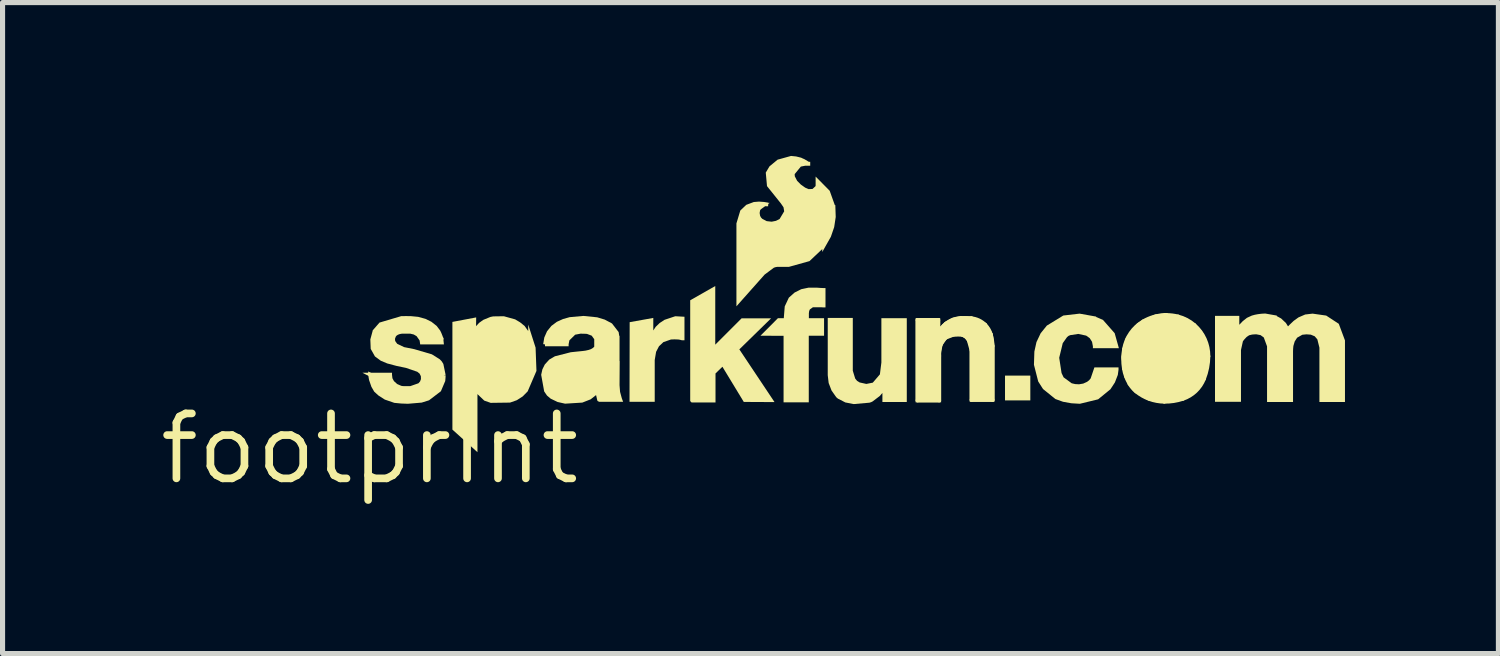
<source format=kicad_pcb>
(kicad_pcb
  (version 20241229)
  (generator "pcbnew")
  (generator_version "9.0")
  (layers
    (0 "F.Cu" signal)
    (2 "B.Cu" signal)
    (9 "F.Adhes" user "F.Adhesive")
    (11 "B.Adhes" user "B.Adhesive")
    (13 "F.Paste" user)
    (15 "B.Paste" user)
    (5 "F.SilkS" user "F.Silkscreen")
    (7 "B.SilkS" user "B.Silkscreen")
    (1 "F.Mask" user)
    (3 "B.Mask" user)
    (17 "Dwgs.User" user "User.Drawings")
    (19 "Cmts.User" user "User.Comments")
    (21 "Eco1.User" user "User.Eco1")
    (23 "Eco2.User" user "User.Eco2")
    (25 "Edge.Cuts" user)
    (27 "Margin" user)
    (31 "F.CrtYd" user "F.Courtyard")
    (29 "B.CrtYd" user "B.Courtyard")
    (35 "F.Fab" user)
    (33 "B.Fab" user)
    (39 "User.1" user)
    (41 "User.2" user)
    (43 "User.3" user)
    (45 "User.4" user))
  (footprint "footprint"
    (layer "F.Cu")
    (at 4.18 5.726)
    (property "Reference" "footprint" (at 0 0 0) (layer "F.SilkS") (effects (font (size 1.27 1.27) (thickness 0.15))))
    (fp_line (start 10.716 -2.517) (end 11.12 -2.517) (stroke (width 0.076) (type solid)) (layer "F.SilkS"))
    (fp_line (start 10.716 -0.945) (end 10.716 -2.517) (stroke (width 0.076) (type solid)) (layer "F.SilkS"))
    (fp_line (start 11.12 -2.517) (end 11.12 -2.296) (stroke (width 0.076) (type solid)) (layer "F.SilkS"))
    (fp_line (start 11.12 -2.296) (end 11.128 -2.296) (stroke (width 0.076) (type solid)) (layer "F.SilkS"))
    (fp_line (start 11.138 -1.814) (end 11.138 -0.945) (stroke (width 0.076) (type solid)) (layer "F.SilkS"))
    (fp_line (start 11.138 -0.945) (end 10.716 -0.945) (stroke (width 0.076) (type solid)) (layer "F.SilkS"))
    (fp_line (start 11.773 -0.955) (end 11.773 -1.92) (stroke (width 0.076) (type solid)) (layer "F.SilkS"))
    (fp_line (start 12.182 -2.009) (end 12.182 -0.955) (stroke (width 0.076) (type solid)) (layer "F.SilkS"))
    (fp_line (start 12.182 -0.955) (end 11.773 -0.955) (stroke (width 0.076) (type solid)) (layer "F.SilkS"))
    (fp_line (start 15.55 -2.614) (end 15.55 -2.291) (stroke (width 0.076) (type solid)) (layer "F.SilkS"))
    (fp_line (start 15.55 -2.291) (end 15.527 -2.291) (stroke (width 0.076) (type solid)) (layer "F.SilkS"))
    (fp_line (start 15.57 -2.614) (end 15.585 -2.614) (stroke (width 0.076) (type solid)) (layer "F.SilkS"))
    (fp_line (start 15.57 -2.296) (end 15.57 -2.614) (stroke (width 0.076) (type solid)) (layer "F.SilkS"))
    (fp_arc (start 11.1379 -1.8821) (mid 11.146106 -1.962214) (end 11.1684 -2.0396) (stroke (width 0.0762) (type solid)) (layer "F.SilkS"))
    (fp_arc (start 11.1379 -1.8136) (mid 11.137681 -1.84785) (end 11.1379 -1.8821) (stroke (width 0.0762) (type solid)) (layer "F.SilkS"))
    (fp_arc (start 11.1455 -2.3038) (mid 11.137379 -2.298176) (end 11.1277 -2.2962) (stroke (width 0.0762) (type solid)) (layer "F.SilkS"))
    (fp_arc (start 11.1582 -2.319) (mid 11.152103 -2.311188) (end 11.1455 -2.3038) (stroke (width 0.0762) (type solid)) (layer "F.SilkS"))
    (fp_arc (start 11.1582 -2.319) (mid 11.172158 -2.338081) (end 11.1862 -2.3571) (stroke (width 0.0762) (type solid)) (layer "F.SilkS"))
    (fp_arc (start 11.1684 -2.0396) (mid 11.206138 -2.110015) (end 11.2598 -2.1692) (stroke (width 0.0762) (type solid)) (layer "F.SilkS"))
    (fp_arc (start 11.1862 -2.3571) (mid 11.2264 -2.404414) (end 11.2725 -2.446) (stroke (width 0.0762) (type solid)) (layer "F.SilkS"))
    (fp_arc (start 11.259799 -2.1692) (mid 11.334441 -2.214452) (end 11.4198 -2.2327) (stroke (width 0.0762) (type solid)) (layer "F.SilkS"))
    (fp_arc (start 11.2725 -2.446) (mid 11.411238 -2.52384) (end 11.5672 -2.5552) (stroke (width 0.0762) (type solid)) (layer "F.SilkS"))
    (fp_arc (start 11.5316 -2.2377) (mid 11.475702 -2.235165) (end 11.4198 -2.2327) (stroke (width 0.0762) (type solid)) (layer "F.SilkS"))
    (fp_arc (start 11.5316 -2.2377) (mid 11.565101 -2.235924) (end 11.5976 -2.2276) (stroke (width 0.0762) (type solid)) (layer "F.SilkS"))
    (fp_arc (start 11.5672 -2.5552) (mid 11.667584 -2.556058) (end 11.7678 -2.5502) (stroke (width 0.0762) (type solid)) (layer "F.SilkS"))
    (fp_arc (start 11.5976 -2.2276) (mid 11.664346 -2.1894) (end 11.7145 -2.1311) (stroke (width 0.0762) (type solid)) (layer "F.SilkS"))
    (fp_arc (start 11.7145 -2.1311) (mid 11.758038 -2.02962) (end 11.7729 -1.9202) (stroke (width 0.0762) (type solid)) (layer "F.SilkS"))
    (fp_arc (start 11.7678 -2.5502) (mid 11.911985 -2.511161) (end 12.0345 -2.425699) (stroke (width 0.0762) (type solid)) (layer "F.SilkS"))
    (fp_arc (start 12.0345 -2.4257) (mid 12.104013 -2.336521) (end 12.1488 -2.232699) (stroke (width 0.0762) (type solid)) (layer "F.SilkS"))
    (fp_arc (start 12.1488 -2.2327) (mid 12.172766 -2.122002) (end 12.1818 -2.0091) (stroke (width 0.0762) (type solid)) (layer "F.SilkS"))
    (fp_arc (start 14.7523 -1.5672) (mid 14.737287 -1.759061) (end 14.7549 -1.9507) (stroke (width 0.0762) (type solid)) (layer "F.SilkS"))
    (fp_arc (start 14.7549 -1.9507) (mid 14.882786 -2.260687) (end 15.128201 -2.4892) (stroke (width 0.0762) (type solid)) (layer "F.SilkS"))
    (fp_arc (start 14.8615 -1.27) (mid 14.792796 -1.413418) (end 14.7523 -1.5672) (stroke (width 0.0762) (type solid)) (layer "F.SilkS"))
    (fp_arc (start 14.9911 -1.1201) (mid 14.919858 -1.189481) (end 14.8615 -1.27) (stroke (width 0.0762) (type solid)) (layer "F.SilkS"))
    (fp_arc (start 15.1282 -2.4892) (mid 15.331296 -2.577713) (end 15.5499 -2.6137) (stroke (width 0.0762) (type solid)) (layer "F.SilkS"))
    (fp_arc (start 15.168899 -1.8847) (mid 15.20247 -2.035022) (end 15.2781 -2.1692) (stroke (width 0.0762) (type solid)) (layer "F.SilkS"))
    (fp_arc (start 15.1714 -1.6383) (mid 15.165026 -1.761448) (end 15.1689 -1.8847) (stroke (width 0.0762) (type solid)) (layer "F.SilkS"))
    (fp_arc (start 15.24 -1.4097) (mid 15.194331 -1.520588) (end 15.1714 -1.6383) (stroke (width 0.0762) (type solid)) (layer "F.SilkS"))
    (fp_arc (start 15.278099 -2.1692) (mid 15.388433 -2.258974) (end 15.527 -2.2911) (stroke (width 0.0762) (type solid)) (layer "F.SilkS"))
    (fp_arc (start 15.428 -1.2522) (mid 15.31871 -1.312699) (end 15.24 -1.4097) (stroke (width 0.0762) (type solid)) (layer "F.SilkS"))
    (fp_arc (start 15.5423 -0.9195) (mid 15.249615 -0.972854) (end 14.9911 -1.1201) (stroke (width 0.0762) (type solid)) (layer "F.SilkS"))
    (fp_arc (start 15.5702 -2.2962) (mid 15.650001 -2.290017) (end 15.7277 -2.2708) (stroke (width 0.0762) (type solid)) (layer "F.SilkS"))
    (fp_arc (start 15.5854 -2.6137) (mid 15.698073 -2.606673) (end 15.809 -2.5857) (stroke (width 0.0762) (type solid)) (layer "F.SilkS"))
    (fp_arc (start 15.7277 -2.2708) (mid 15.783745 -2.244042) (end 15.8318 -2.2047) (stroke (width 0.0762) (type solid)) (layer "F.SilkS"))
    (fp_arc (start 15.7632 -1.2725) (mid 15.597525 -1.230563) (end 15.428 -1.2522) (stroke (width 0.0762) (type solid)) (layer "F.SilkS"))
    (fp_arc (start 15.809 -2.5857) (mid 15.978822 -2.520652) (end 16.129 -2.4181) (stroke (width 0.0762) (type solid)) (layer "F.SilkS"))
    (fp_arc (start 15.8318 -2.2047) (mid 15.910982 -2.096372) (end 15.9588 -1.971) (stroke (width 0.0762) (type solid)) (layer "F.SilkS"))
    (fp_arc (start 15.9029 -0.9754) (mid 15.724919 -0.932492) (end 15.5423 -0.9195) (stroke (width 0.0762) (type solid)) (layer "F.SilkS"))
    (fp_arc (start 15.908 -1.4097) (mid 15.846801 -1.329279) (end 15.7632 -1.2725) (stroke (width 0.0762) (type solid)) (layer "F.SilkS"))
    (fp_arc (start 15.9588 -1.971) (mid 15.980368 -1.846143) (end 15.9868 -1.7196) (stroke (width 0.0762) (type solid)) (layer "F.SilkS"))
    (fp_arc (start 15.9868 -1.7196) (mid 15.966058 -1.559906) (end 15.908 -1.4097) (stroke (width 0.0762) (type solid)) (layer "F.SilkS"))
    (fp_arc (start 16.129 -2.4181) (mid 16.333054 -2.143404) (end 16.4033 -1.808499) (stroke (width 0.0762) (type solid)) (layer "F.SilkS"))
    (fp_arc (start 16.317 -1.3665) (mid 16.153433 -1.12491) (end 15.9029 -0.9754) (stroke (width 0.0762) (type solid)) (layer "F.SilkS"))
    (fp_arc (start 16.4033 -1.8085) (mid 16.380488 -1.583529) (end 16.317 -1.3665) (stroke (width 0.0762) (type solid)) (layer "F.SilkS"))
    (fp_poly (pts (xy 12.426 -0.945) (xy 12.921 -0.945) (xy 12.921 -1.43) (xy 12.426 -1.43)) (stroke (width 0) (type solid)) (fill yes) (layer "F.SilkS"))
    (fp_poly (pts (xy 6.759 -2.035) (xy 7.274 -2.55) (xy 7.851 -2.55) (xy 7.23 -1.943) (xy 7.918 -0.912) (xy 7.317 -0.915) (xy 6.899 -1.603) (xy 6.764 -1.472) (xy 6.764 -0.904) (xy 6.296 -0.904) (xy 6.269 -0.932) (xy 6.269 -2.903) (xy 6.759 -3.182)) (stroke (width 0) (type solid)) (fill yes) (layer "F.SilkS"))
    (fp_poly (pts (xy 6.157 -2.581) (xy 6.157 -2.121) (xy 6.115 -2.121) (xy 6.102 -2.122) (xy 6.091 -2.125) (xy 6.063 -2.132) (xy 6.037 -2.136) (xy 5.963 -2.139) (xy 5.892 -2.136) (xy 5.745 -2.085) (xy 5.658 -2.003) (xy 5.602 -1.895) (xy 5.575 -1.734) (xy 5.575 -0.917) (xy 5.082 -0.917) (xy 5.085 -2.475) (xy 5.547 -2.558) (xy 5.547 -2.313) (xy 5.558 -2.329) (xy 5.594 -2.384) (xy 5.671 -2.458) (xy 5.767 -2.521) (xy 5.977 -2.591)) (stroke (width 0) (type solid)) (fill yes) (layer "F.SilkS"))
    (fp_poly (pts (xy 15.795 -2.615) (xy 15.966 -2.557) (xy 16.173 -2.414) (xy 16.289 -2.279) (xy 16.397 -2.035) (xy 16.426 -1.806) (xy 16.4 -1.588) (xy 16.329 -1.333) (xy 16.243 -1.195) (xy 16.118 -1.075) (xy 15.999 -0.992) (xy 15.804 -0.925) (xy 15.544 -0.899) (xy 15.232 -0.941) (xy 14.933 -1.128) (xy 14.764 -1.391) (xy 14.701 -1.795) (xy 14.786 -2.166) (xy 15.01 -2.451) (xy 15.361 -2.625) (xy 15.517 -2.644) (xy 15.532 -2.644) (xy 15.548 -2.638) (xy 15.548 -2.647)) (stroke (width 0) (type solid)) (fill yes) (layer "F.SilkS"))
    (fp_poly (pts (xy 2.845 -2.53) (xy 2.942 -2.472) (xy 3.03 -2.401) (xy 3.101 -2.301) (xy 3.101 -2.427) (xy 3.245 -1.977) (xy 3.262 -1.522) (xy 3.09 -1.121) (xy 2.992 -1.022) (xy 2.876 -0.948) (xy 2.745 -0.902) (xy 2.373 -0.897) (xy 2.366 -0.897) (xy 2.241 -0.941) (xy 2.108 -1.068) (xy 2.108 0.068) (xy 1.618 -0.374) (xy 1.618 -2.48) (xy 2.083 -2.568) (xy 2.081 -2.397) (xy 2.141 -2.462) (xy 2.222 -2.52) (xy 2.361 -2.577) (xy 2.416 -2.588) (xy 2.624 -2.591)) (stroke (width 0) (type solid)) (fill yes) (layer "F.SilkS"))
    (fp_poly (pts (xy 11.777 -2.588) (xy 12.061 -2.455) (xy 12.185 -2.246) (xy 12.22 -2.012) (xy 12.22 -0.917) (xy 11.735 -0.917) (xy 11.735 -1.915) (xy 11.68 -2.113) (xy 11.64 -2.16) (xy 11.585 -2.191) (xy 11.53 -2.199) (xy 11.477 -2.197) (xy 11.428 -2.195) (xy 11.284 -2.138) (xy 11.204 -2.024) (xy 11.176 -1.878) (xy 11.176 -0.907) (xy 10.678 -0.907) (xy 10.678 -2.555) (xy 11.158 -2.555) (xy 11.158 -2.383) (xy 11.199 -2.431) (xy 11.25 -2.477) (xy 11.398 -2.56) (xy 11.564 -2.593)) (stroke (width 0) (type solid)) (fill yes) (layer "F.SilkS"))
    (fp_poly (pts (xy 8.811 -3.145) (xy 8.876 -3.142) (xy 8.915 -3.142) (xy 8.915 -2.764) (xy 8.868 -2.764) (xy 8.84 -2.766) (xy 8.668 -2.766) (xy 8.609 -2.724) (xy 8.596 -2.693) (xy 8.59 -2.652) (xy 8.59 -2.553) (xy 8.887 -2.553) (xy 8.887 -2.21) (xy 8.588 -2.21) (xy 8.588 -0.907) (xy 8.095 -0.907) (xy 8.095 -2.208) (xy 7.643 -2.21) (xy 7.985 -2.553) (xy 8.1 -2.553) (xy 8.1 -2.562) (xy 8.118 -2.784) (xy 8.198 -2.954) (xy 8.31 -3.054) (xy 8.441 -3.12) (xy 8.584 -3.15) (xy 8.744 -3.15)) (stroke (width 0) (type solid)) (fill yes) (layer "F.SilkS"))
    (fp_poly (pts (xy 9.449 -1.525) (xy 9.496 -1.372) (xy 9.533 -1.327) (xy 9.583 -1.296) (xy 9.714 -1.267) (xy 9.84 -1.292) (xy 9.979 -1.454) (xy 10.008 -1.686) (xy 10.008 -2.553) (xy 10.505 -2.553) (xy 10.505 -0.914) (xy 10.028 -0.914) (xy 10.028 -1.091) (xy 9.979 -1.033) (xy 9.837 -0.925) (xy 9.807 -0.91) (xy 9.774 -0.9) (xy 9.467 -0.873) (xy 9.303 -0.905) (xy 9.168 -0.975) (xy 9.164 -0.975) (xy 9.138 -0.996) (xy 9.122 -1.012) (xy 9.033 -1.139) (xy 8.977 -1.285) (xy 8.959 -1.438) (xy 8.959 -2.558) (xy 9.449 -2.558)) (stroke (width 0) (type solid)) (fill yes) (layer "F.SilkS"))
    (fp_poly (pts (xy 1.212 -2.313) (xy 1.438 -2.171) (xy 1.452 -2.04) (xy 0.988 -2.04) (xy 0.977 -2.117) (xy 0.918 -2.201) (xy 0.862 -2.234) (xy 0.795 -2.25) (xy 0.631 -2.25) (xy 0.591 -2.243) (xy 0.553 -2.229) (xy 0.528 -2.213) (xy 0.511 -2.193) (xy 0.495 -2.149) (xy 0.499 -2.107) (xy 0.538 -2.052) (xy 0.673 -1.987) (xy 0.873 -1.947) (xy 1.217 -1.846) (xy 1.371 -1.749) (xy 1.41 -1.708) (xy 1.441 -1.658) (xy 1.485 -1.445) (xy 1.448 -1.438) (xy 1.486 -1.436) (xy 1.483 -1.383) (xy 1.478 -1.324) (xy 1.393 -1.124) (xy 1.161 -0.947) (xy 1.018 -0.902) (xy 0.748 -0.879) (xy 0.616 -0.884) (xy 0.482 -0.897) (xy 0.296 -0.961) (xy 0.17 -1.042) (xy 0.089 -1.116) (xy 0.034 -1.211) (xy -0.012 -1.344) (xy -0.023 -1.408) (xy -0.03 -1.511) (xy 0.741 -1.13) (xy 1.101 -1.211) (xy 1.193 -1.486) (xy 0.796 -1.702) (xy 0.341 -1.973) (xy 0.279 -2.329) (xy 0.742 -2.45)) (stroke (width 0) (type solid)) (fill yes) (layer "F.SilkS"))
    (fp_poly (pts (xy 0.805 -2.593) (xy 0.949 -2.579) (xy 1.091 -2.54) (xy 1.207 -2.483) (xy 1.31 -2.402) (xy 1.379 -2.311) (xy 1.4 -2.268) (xy 1.417 -2.226) (xy 1.448 -2.143) (xy 1.354 -2.074) (xy 1.141 -2.231) (xy 0.736 -2.36) (xy 0.401 -2.259) (xy 0.441 -2.036) (xy 1.261 -1.559) (xy 1.291 -1.499) (xy 1.167 -1.131) (xy 0.721 -1.032) (xy -0.141 -1.486) (xy 0.437 -1.486) (xy 0.437 -1.445) (xy 0.445 -1.378) (xy 0.475 -1.322) (xy 0.538 -1.265) (xy 0.618 -1.23) (xy 0.641 -1.226) (xy 0.667 -1.224) (xy 0.733 -1.224) (xy 0.794 -1.224) (xy 0.954 -1.28) (xy 0.986 -1.316) (xy 1.003 -1.362) (xy 1.001 -1.419) (xy 0.976 -1.469) (xy 0.931 -1.505) (xy 0.709 -1.581) (xy 0.527 -1.619) (xy 0.343 -1.668) (xy 0.217 -1.721) (xy 0.103 -1.805) (xy 0.02 -1.953) (xy 0.02 -1.963) (xy 0.013 -2.138) (xy 0.058 -2.304) (xy 0.058 -2.313) (xy 0.192 -2.467) (xy 0.617 -2.593) (xy 0.712 -2.594)) (stroke (width 0) (type solid)) (fill yes) (layer "F.SilkS"))
    (fp_poly (pts (xy 14.209 -2.584) (xy 14.208 -2.577) (xy 14.343 -2.518) (xy 14.571 -2.259) (xy 14.653 -1.966) (xy 14.159 -1.966) (xy 14.153 -1.965) (xy 14.152 -1.966) (xy 14.145 -1.966) (xy 14.145 -2.003) (xy 14.128 -2.091) (xy 14.082 -2.163) (xy 14.013 -2.212) (xy 13.86 -2.245) (xy 13.701 -2.221) (xy 13.667 -2.206) (xy 13.638 -2.181) (xy 13.555 -2.064) (xy 13.486 -1.779) (xy 13.532 -1.48) (xy 13.572 -1.396) (xy 13.73 -1.28) (xy 13.799 -1.264) (xy 13.874 -1.26) (xy 13.956 -1.274) (xy 14.031 -1.308) (xy 14.071 -1.339) (xy 14.101 -1.375) (xy 14.174 -1.59) (xy 14.646 -1.59) (xy 14.646 -1.544) (xy 14.632 -1.443) (xy 14.575 -1.296) (xy 14.488 -1.163) (xy 14.247 -0.966) (xy 13.89 -0.879) (xy 13.723 -0.889) (xy 13.561 -0.918) (xy 13.411 -0.972) (xy 13.169 -1.168) (xy 13.075 -1.316) (xy 12.992 -1.642) (xy 13 -1.895) (xy 13 -1.899) (xy 13.041 -2.085) (xy 13.123 -2.258) (xy 13.244 -2.408) (xy 13.566 -2.605) (xy 13.885 -2.642)) (stroke (width 0) (type solid)) (fill yes) (layer "F.SilkS"))
    (fp_poly (pts (xy 17.742 -2.604) (xy 17.741 -2.594) (xy 17.827 -2.547) (xy 17.92 -2.459) (xy 17.961 -2.393) (xy 17.989 -2.422) (xy 18.071 -2.5) (xy 18.165 -2.568) (xy 18.297 -2.625) (xy 18.441 -2.642) (xy 18.708 -2.604) (xy 18.954 -2.443) (xy 19.075 -2.118) (xy 19.075 -0.914) (xy 18.575 -0.914) (xy 18.575 -1.977) (xy 18.535 -2.138) (xy 18.483 -2.199) (xy 18.406 -2.231) (xy 18.323 -2.237) (xy 18.241 -2.229) (xy 18.139 -2.171) (xy 18.092 -2.098) (xy 18.066 -2.01) (xy 18.061 -1.958) (xy 18.059 -1.904) (xy 18.059 -0.914) (xy 17.551 -0.914) (xy 17.551 -2.002) (xy 17.487 -2.176) (xy 17.423 -2.222) (xy 17.338 -2.238) (xy 17.3 -2.236) (xy 17.26 -2.233) (xy 17.201 -2.219) (xy 17.152 -2.186) (xy 17.112 -2.144) (xy 17.079 -2.102) (xy 17.041 -1.931) (xy 17.041 -0.917) (xy 16.533 -0.917) (xy 16.533 -2.598) (xy 17.008 -2.598) (xy 17.008 -2.424) (xy 17.076 -2.495) (xy 17.158 -2.56) (xy 17.254 -2.604) (xy 17.312 -2.62) (xy 17.37 -2.631) (xy 17.441 -2.64) (xy 17.515 -2.644)) (stroke (width 0) (type solid)) (fill yes) (layer "F.SilkS"))
    (fp_poly (pts (xy 4.45 -2.57) (xy 4.598 -2.525) (xy 4.739 -2.45) (xy 4.869 -2.282) (xy 4.881 -2.207) (xy 4.887 -2.207) (xy 4.887 -1.714) (xy 4.89 -1.714) (xy 4.887 -1.243) (xy 4.897 -1.113) (xy 4.931 -0.987) (xy 4.957 -0.917) (xy 4.489 -0.917) (xy 4.456 -0.934) (xy 4.447 -0.964) (xy 4.444 -0.979) (xy 4.428 -1.049) (xy 4.322 -0.966) (xy 4.159 -0.902) (xy 3.822 -0.881) (xy 3.675 -0.914) (xy 3.54 -0.979) (xy 3.468 -1.04) (xy 3.413 -1.121) (xy 3.355 -1.442) (xy 3.355 -1.449) (xy 3.378 -1.552) (xy 3.425 -1.647) (xy 3.512 -1.743) (xy 3.623 -1.808) (xy 3.933 -1.887) (xy 4.046 -1.899) (xy 4.156 -1.91) (xy 4.22 -1.918) (xy 4.282 -1.932) (xy 4.326 -1.947) (xy 4.364 -1.969) (xy 4.388 -1.991) (xy 4.391 -1.995) (xy 4.392 -1.997) (xy 4.392 -2.142) (xy 4.342 -2.211) (xy 4.249 -2.246) (xy 4.187 -2.249) (xy 4.123 -2.25) (xy 4.019 -2.23) (xy 3.906 -2.119) (xy 3.891 -2.043) (xy 3.891 -2.004) (xy 3.429 -2.004) (xy 3.429 -2.04) (xy 3.394 -2.046) (xy 3.415 -2.174) (xy 3.469 -2.297) (xy 3.554 -2.402) (xy 3.661 -2.482) (xy 3.783 -2.537) (xy 3.912 -2.573) (xy 4.181 -2.597)) (stroke (width 0) (type solid)) (fill yes) (layer "F.SilkS"))
    (fp_poly (pts (xy 8.341 -5.716) (xy 8.434 -5.693) (xy 8.45 -5.687) (xy 8.463 -5.68) (xy 8.478 -5.673) (xy 8.497 -5.666) (xy 8.59 -5.611) (xy 8.616 -5.611) (xy 8.616 -5.535) (xy 8.52 -5.535) (xy 8.433 -5.518) (xy 8.312 -5.37) (xy 8.315 -5.327) (xy 8.36 -5.24) (xy 8.432 -5.167) (xy 8.518 -5.106) (xy 8.585 -5.077) (xy 8.657 -5.08) (xy 8.661 -5.081) (xy 8.663 -5.082) (xy 8.719 -5.134) (xy 8.722 -5.146) (xy 8.722 -5.323) (xy 8.997 -5.045) (xy 9.097 -4.765) (xy 9.107 -4.766) (xy 9.115 -4.532) (xy 9.085 -4.334) (xy 9.02 -4.145) (xy 8.852 -3.848) (xy 8.852 -3.905) (xy 8.602 -3.669) (xy 8.197 -3.556) (xy 7.966 -3.556) (xy 7.934 -3.55) (xy 7.905 -3.54) (xy 7.725 -3.406) (xy 7.173 -2.785) (xy 7.173 -4.407) (xy 7.249 -4.659) (xy 7.366 -4.77) (xy 7.513 -4.825) (xy 7.615 -4.833) (xy 7.713 -4.826) (xy 7.798 -4.812) (xy 7.798 -4.808) (xy 7.824 -4.808) (xy 7.796 -4.788) (xy 7.792 -4.741) (xy 7.738 -4.743) (xy 7.726 -4.737) (xy 7.65 -4.682) (xy 7.636 -4.663) (xy 7.627 -4.611) (xy 7.636 -4.556) (xy 7.653 -4.523) (xy 7.679 -4.496) (xy 7.765 -4.451) (xy 7.862 -4.44) (xy 7.946 -4.457) (xy 8.017 -4.492) (xy 8.107 -4.643) (xy 8.094 -4.722) (xy 8.042 -4.798) (xy 7.771 -5.136) (xy 7.747 -5.4) (xy 7.818 -5.52) (xy 7.823 -5.525) (xy 7.978 -5.653) (xy 8.241 -5.726)) (stroke (width 0) (type solid)) (fill yes) (layer "F.SilkS")))
  (gr_rect
    (start -3 -3)
    (end 26.256 9.732)
    (stroke (width 0.1) (type default))
    (fill no)
    (layer "Edge.Cuts")))
</source>
